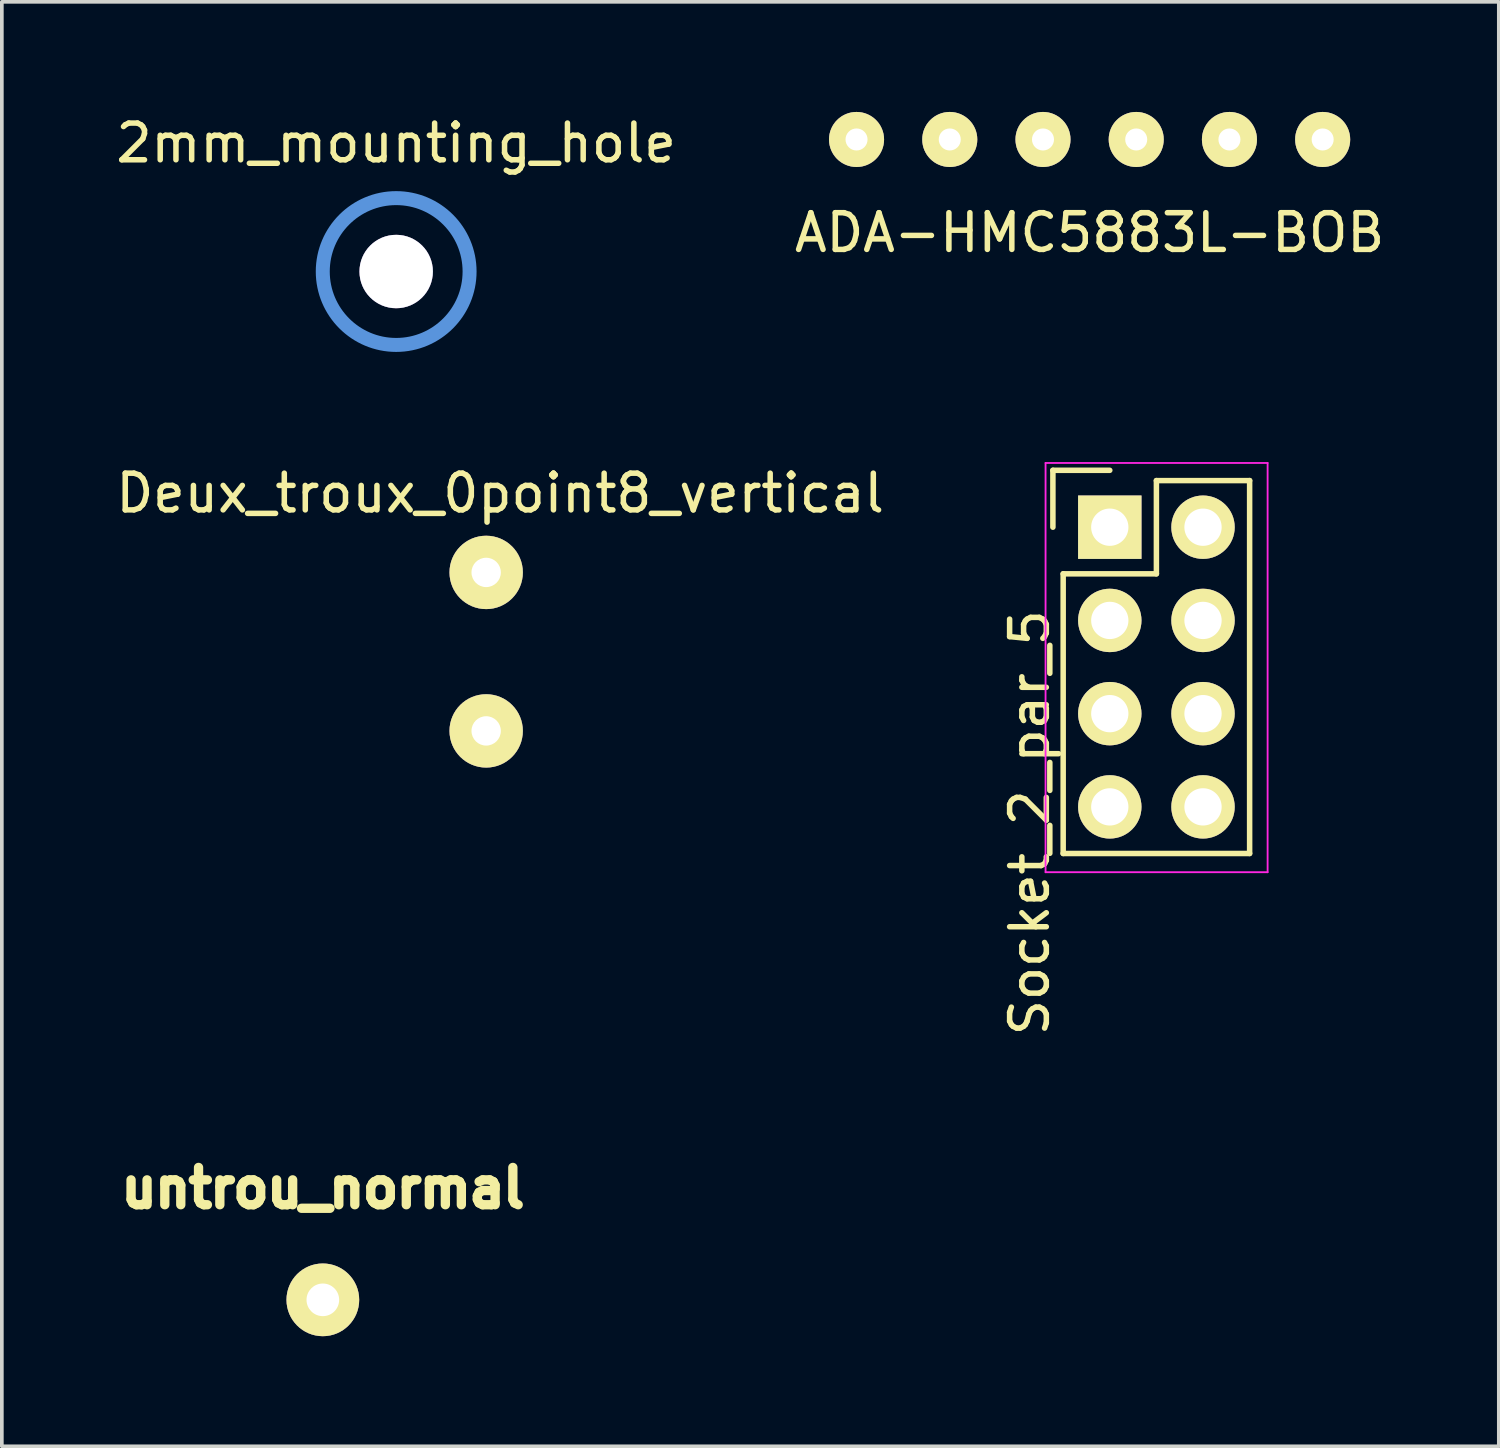
<source format=kicad_pcb>
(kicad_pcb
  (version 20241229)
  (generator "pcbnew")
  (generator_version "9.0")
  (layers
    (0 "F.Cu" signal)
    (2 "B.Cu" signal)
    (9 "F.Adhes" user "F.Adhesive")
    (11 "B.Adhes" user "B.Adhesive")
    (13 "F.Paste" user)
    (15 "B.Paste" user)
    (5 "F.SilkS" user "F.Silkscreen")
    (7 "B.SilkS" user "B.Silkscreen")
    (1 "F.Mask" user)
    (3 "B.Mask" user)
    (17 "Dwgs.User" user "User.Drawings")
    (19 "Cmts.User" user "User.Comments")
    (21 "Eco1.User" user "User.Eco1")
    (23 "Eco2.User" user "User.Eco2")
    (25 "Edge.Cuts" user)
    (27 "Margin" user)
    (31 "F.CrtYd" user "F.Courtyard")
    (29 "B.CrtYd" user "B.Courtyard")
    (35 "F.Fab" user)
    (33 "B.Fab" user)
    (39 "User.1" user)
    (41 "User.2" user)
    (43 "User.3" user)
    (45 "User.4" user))
  (footprint "Socket_2_par_5"
    (layer "F.Cu")
    (at 27.187 11.314)
    (property "Reference" "Socket_2_par_5" (at -2.184 8.052 270) (layer "F.SilkS") (effects (font (size 1 1) (thickness 0.15))))
    (attr through_hole)
    (fp_line (start -1.55 -1.55) (end 0 -1.55) (stroke (width 0.15) (type solid)) (layer "F.SilkS"))
    (fp_line (start -1.55 0) (end -1.55 -1.55) (stroke (width 0.15) (type solid)) (layer "F.SilkS"))
    (fp_line (start -1.27 1.27) (end -1.27 8.89) (stroke (width 0.15) (type solid)) (layer "F.SilkS"))
    (fp_line (start -1.27 8.89) (end 3.81 8.89) (stroke (width 0.15) (type solid)) (layer "F.SilkS"))
    (fp_line (start 1.27 -1.27) (end 1.27 1.27) (stroke (width 0.15) (type solid)) (layer "F.SilkS"))
    (fp_line (start 1.27 1.27) (end -1.27 1.27) (stroke (width 0.15) (type solid)) (layer "F.SilkS"))
    (fp_line (start 3.81 -1.27) (end 1.27 -1.27) (stroke (width 0.15) (type solid)) (layer "F.SilkS"))
    (fp_line (start 3.81 8.89) (end 3.81 -1.27) (stroke (width 0.15) (type solid)) (layer "F.SilkS"))
    (fp_line (start -1.75 -1.75) (end -1.75 9.4) (stroke (width 0.05) (type solid)) (layer "F.CrtYd"))
    (fp_line (start -1.75 -1.75) (end 4.3 -1.75) (stroke (width 0.05) (type solid)) (layer "F.CrtYd"))
    (fp_line (start -1.75 9.4) (end 4.3 9.4) (stroke (width 0.05) (type solid)) (layer "F.CrtYd"))
    (fp_line (start 4.3 -1.75) (end 4.3 9.4) (stroke (width 0.05) (type solid)) (layer "F.CrtYd"))
    (pad "1" thru_hole rect (at 0 0) (size 1.727 1.727) (drill 1.016) (layers "*.Cu" "*.Mask" "F.SilkS"))
    (pad "2" thru_hole oval (at 2.54 0) (size 1.727 1.727) (drill 1.016) (layers "*.Cu" "*.Mask" "F.SilkS"))
    (pad "3" thru_hole oval (at 0 2.54) (size 1.727 1.727) (drill 1.016) (layers "*.Cu" "*.Mask" "F.SilkS"))
    (pad "4" thru_hole oval (at 2.54 2.54) (size 1.727 1.727) (drill 1.016) (layers "*.Cu" "*.Mask" "F.SilkS"))
    (pad "5" thru_hole oval (at 0 5.08) (size 1.727 1.727) (drill 1.016) (layers "*.Cu" "*.Mask" "F.SilkS"))
    (pad "6" thru_hole oval (at 2.54 5.08) (size 1.727 1.727) (drill 1.016) (layers "*.Cu" "*.Mask" "F.SilkS"))
    (pad "7" thru_hole oval (at 0 7.62) (size 1.727 1.727) (drill 1.016) (layers "*.Cu" "*.Mask" "F.SilkS"))
    (pad "8" thru_hole oval (at 2.54 7.62) (size 1.727 1.727) (drill 1.016) (layers "*.Cu" "*.Mask" "F.SilkS")))
  (footprint "ADA-HMC5883L-BOB"
    (layer "F.Cu")
    (at 26.637 0.75)
    (property "Reference" "ADA-HMC5883L-BOB" (at 0 2.54 0) (layer "F.SilkS") (effects (font (size 1 1) (thickness 0.15))))
    (attr through_hole)
    (pad "1" thru_hole circle (at -6.35 0) (size 1.5 1.5) (drill 0.6) (layers "*.Cu" "*.Mask" "F.SilkS"))
    (pad "2" thru_hole circle (at -3.81 0) (size 1.5 1.5) (drill 0.6) (layers "*.Cu" "*.Mask" "F.SilkS"))
    (pad "3" thru_hole circle (at -1.27 0) (size 1.5 1.5) (drill 0.6) (layers "*.Cu" "*.Mask" "F.SilkS"))
    (pad "4" thru_hole circle (at 1.27 0) (size 1.5 1.5) (drill 0.6) (layers "*.Cu" "*.Mask" "F.SilkS"))
    (pad "5" thru_hole circle (at 3.81 0) (size 1.5 1.5) (drill 0.6) (layers "*.Cu" "*.Mask" "F.SilkS"))
    (pad "6" thru_hole circle (at 6.35 0) (size 1.5 1.5) (drill 0.6) (layers "*.Cu" "*.Mask" "F.SilkS")))
  (footprint "Deux_troux_0point8_vertical"
    (layer "F.Cu")
    (at 10.196 14.705)
    (property "Reference" "Deux_troux_0point8_vertical" (at 0.381 -4.318 0) (layer "F.SilkS") (effects (font (size 1 1) (thickness 0.15))))
    (attr through_hole)
    (pad "1" thru_hole circle (at 0 2.159) (size 1.999 1.999) (drill 0.8) (layers "*.Cu" "*.Mask" "F.SilkS"))
    (pad "2" thru_hole circle (at 0 -2.159) (size 1.999 1.999) (drill 0.8) (layers "*.Cu" "*.Mask" "F.SilkS")))
  (footprint "2mm_mounting_hole"
    (layer "F.Cu")
    (at 7.744 4.348)
    (property "Reference" "2mm_mounting_hole" (at 0 -3.5 0) (layer "F.SilkS") (effects (font (size 1 1) (thickness 0.15))))
    (attr through_hole)
    (fp_circle (center 0 0) (end 2 0) (stroke (width 0.381) (type solid)) (fill no) (layer "Cmts.User"))
    (pad "1" thru_hole circle (at 0 0) (size 2 2) (drill 2) (layers "*.Cu")))
  (footprint "untrou_normal"
    (layer "F.Cu")
    (at 5.746 32.365)
    (property "Reference" "untrou_normal" (at 0 -3.048 0) (layer "F.SilkS") (effects (font (size 1.016 1.016) (thickness 0.254))))
    (attr through_hole)
    (pad "1" thru_hole circle (at 0 0) (size 1.981 1.981) (drill 0.889) (layers "*.Cu" "*.Mask" "F.SilkS")))
  (gr_rect
    (start -3 -3)
    (end 37.786 36.355)
    (stroke (width 0.1) (type default))
    (fill no)
    (layer "Edge.Cuts")))
</source>
